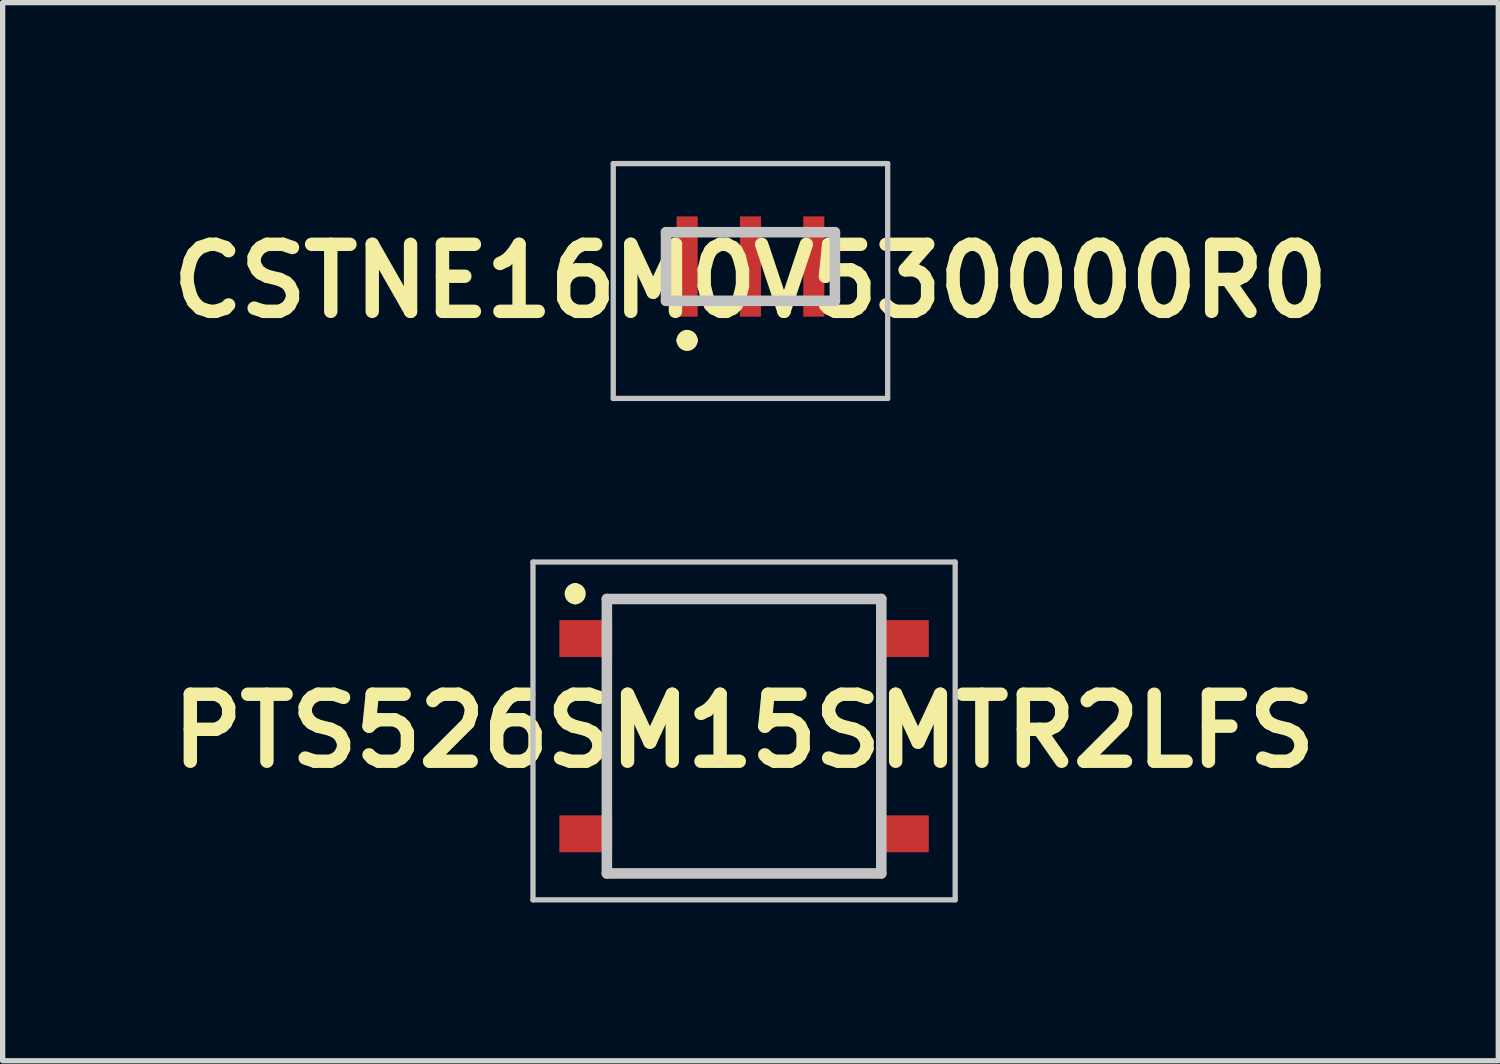
<source format=kicad_pcb>
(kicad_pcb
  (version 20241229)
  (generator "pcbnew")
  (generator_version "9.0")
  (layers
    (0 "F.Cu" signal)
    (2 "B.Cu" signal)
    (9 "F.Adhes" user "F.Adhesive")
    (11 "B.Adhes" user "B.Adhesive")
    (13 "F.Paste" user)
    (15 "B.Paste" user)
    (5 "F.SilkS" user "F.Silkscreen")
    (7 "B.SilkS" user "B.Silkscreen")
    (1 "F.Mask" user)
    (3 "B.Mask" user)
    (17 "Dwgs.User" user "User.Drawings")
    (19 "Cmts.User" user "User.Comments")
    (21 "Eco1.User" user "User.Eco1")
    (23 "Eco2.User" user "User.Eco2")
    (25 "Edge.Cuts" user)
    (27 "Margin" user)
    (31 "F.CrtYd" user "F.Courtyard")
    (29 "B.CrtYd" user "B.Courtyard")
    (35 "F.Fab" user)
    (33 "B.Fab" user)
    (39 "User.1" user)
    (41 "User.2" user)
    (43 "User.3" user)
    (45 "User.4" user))
  (footprint "CSTNE16M0V530000R0"
    (layer "F.Cu")
    (at 11.17 2.425)
    (property "Reference" "CSTNE16M0V530000R0" (at 0 -0.15 0) (unlocked yes) (layer "F.SilkS") (effects (font (size 1.27 1.27) (thickness 0.254))))
    (attr smd)
    (fp_line (start -1.6 0.225) (end -1.6 -1.075) (stroke (width 0.1) (type solid)) (layer "F.SilkS"))
    (fp_line (start -1.3 0.975) (end -1.3 0.975) (stroke (width 0.2) (type solid)) (layer "F.SilkS"))
    (fp_line (start -1.1 0.975) (end -1.1 0.975) (stroke (width 0.2) (type solid)) (layer "F.SilkS"))
    (fp_line (start 1.6 0.225) (end 1.6 -1.075) (stroke (width 0.1) (type solid)) (layer "F.SilkS"))
    (fp_arc (start -1.3 0.975) (mid -1.2 0.875) (end -1.1 0.975) (stroke (width 0.2) (type solid)) (layer "F.SilkS"))
    (fp_arc (start -1.1 0.975) (mid -1.2 1.075) (end -1.3 0.975) (stroke (width 0.2) (type solid)) (layer "F.SilkS"))
    (fp_line (start -2.6 -2.375) (end 2.6 -2.375) (stroke (width 0.1) (type solid)) (layer "Dwgs.User"))
    (fp_line (start -2.6 2.075) (end -2.6 -2.375) (stroke (width 0.1) (type solid)) (layer "Dwgs.User"))
    (fp_line (start -1.6 -1.075) (end 1.6 -1.075) (stroke (width 0.2) (type solid)) (layer "Dwgs.User"))
    (fp_line (start -1.6 0.225) (end -1.6 -1.075) (stroke (width 0.2) (type solid)) (layer "Dwgs.User"))
    (fp_line (start 1.6 -1.075) (end 1.6 0.225) (stroke (width 0.2) (type solid)) (layer "Dwgs.User"))
    (fp_line (start 1.6 0.225) (end -1.6 0.225) (stroke (width 0.2) (type solid)) (layer "Dwgs.User"))
    (fp_line (start 2.6 -2.375) (end 2.6 2.075) (stroke (width 0.1) (type solid)) (layer "Dwgs.User"))
    (fp_line (start 2.6 2.075) (end -2.6 2.075) (stroke (width 0.1) (type solid)) (layer "Dwgs.User"))
    (pad "1" smd rect (at -1.2 -0.425) (size 0.4 1.9) (layers "F.Cu" "F.Mask" "F.Paste"))
    (pad "2" smd rect (at 0 -0.425) (size 0.4 1.9) (layers "F.Cu" "F.Mask" "F.Paste"))
    (pad "3" smd rect (at 1.2 -0.425) (size 0.4 1.9) (layers "F.Cu" "F.Mask" "F.Paste")))
  (footprint "PTS526SM15SMTR2LFS"
    (layer "F.Cu")
    (at 11.049 10.9)
    (property "Reference" "PTS526SM15SMTR2LFS" (at 0 -0.1 0) (unlocked yes) (layer "F.SilkS") (effects (font (size 1.27 1.27) (thickness 0.254))))
    (attr smd)
    (fp_line (start -3.2 -2.8) (end -3.2 -2.8) (stroke (width 0.2) (type solid)) (layer "F.SilkS"))
    (fp_line (start -3.2 -2.6) (end -3.2 -2.6) (stroke (width 0.2) (type solid)) (layer "F.SilkS"))
    (fp_line (start -2.6 -0.5) (end -2.6 0.5) (stroke (width 0.1) (type solid)) (layer "F.SilkS"))
    (fp_line (start -1.5 -2.6) (end 1.5 -2.6) (stroke (width 0.1) (type solid)) (layer "F.SilkS"))
    (fp_line (start -1.5 2.6) (end 1.5 2.6) (stroke (width 0.1) (type solid)) (layer "F.SilkS"))
    (fp_line (start 2.6 -0.5) (end 2.6 0.5) (stroke (width 0.1) (type solid)) (layer "F.SilkS"))
    (fp_arc (start -3.2 -2.8) (mid -3.1 -2.7) (end -3.2 -2.6) (stroke (width 0.2) (type solid)) (layer "F.SilkS"))
    (fp_arc (start -3.2 -2.6) (mid -3.3 -2.7) (end -3.2 -2.8) (stroke (width 0.2) (type solid)) (layer "F.SilkS"))
    (fp_line (start -4 -3.3) (end 4 -3.3) (stroke (width 0.1) (type solid)) (layer "Dwgs.User"))
    (fp_line (start -4 3.1) (end -4 -3.3) (stroke (width 0.1) (type solid)) (layer "Dwgs.User"))
    (fp_line (start -2.6 -2.6) (end 2.6 -2.6) (stroke (width 0.2) (type solid)) (layer "Dwgs.User"))
    (fp_line (start -2.6 2.6) (end -2.6 -2.6) (stroke (width 0.2) (type solid)) (layer "Dwgs.User"))
    (fp_line (start 2.6 -2.6) (end 2.6 2.6) (stroke (width 0.2) (type solid)) (layer "Dwgs.User"))
    (fp_line (start 2.6 2.6) (end -2.6 2.6) (stroke (width 0.2) (type solid)) (layer "Dwgs.User"))
    (fp_line (start 4 -3.3) (end 4 3.1) (stroke (width 0.1) (type solid)) (layer "Dwgs.User"))
    (fp_line (start 4 3.1) (end -4 3.1) (stroke (width 0.1) (type solid)) (layer "Dwgs.User"))
    (pad "1" smd rect (at -3 -1.85 90) (size 0.7 1) (layers "F.Cu" "F.Mask" "F.Paste"))
    (pad "2" smd rect (at 3 -1.85 90) (size 0.7 1) (layers "F.Cu" "F.Mask" "F.Paste"))
    (pad "3" smd rect (at -3 1.85 90) (size 0.7 1) (layers "F.Cu" "F.Mask" "F.Paste"))
    (pad "4" smd rect (at 3 1.85 90) (size 0.7 1) (layers "F.Cu" "F.Mask" "F.Paste")))
  (gr_rect
    (start -3 -3)
    (end 25.34 17.05)
    (stroke (width 0.1) (type default))
    (fill no)
    (layer "Edge.Cuts")))
</source>
